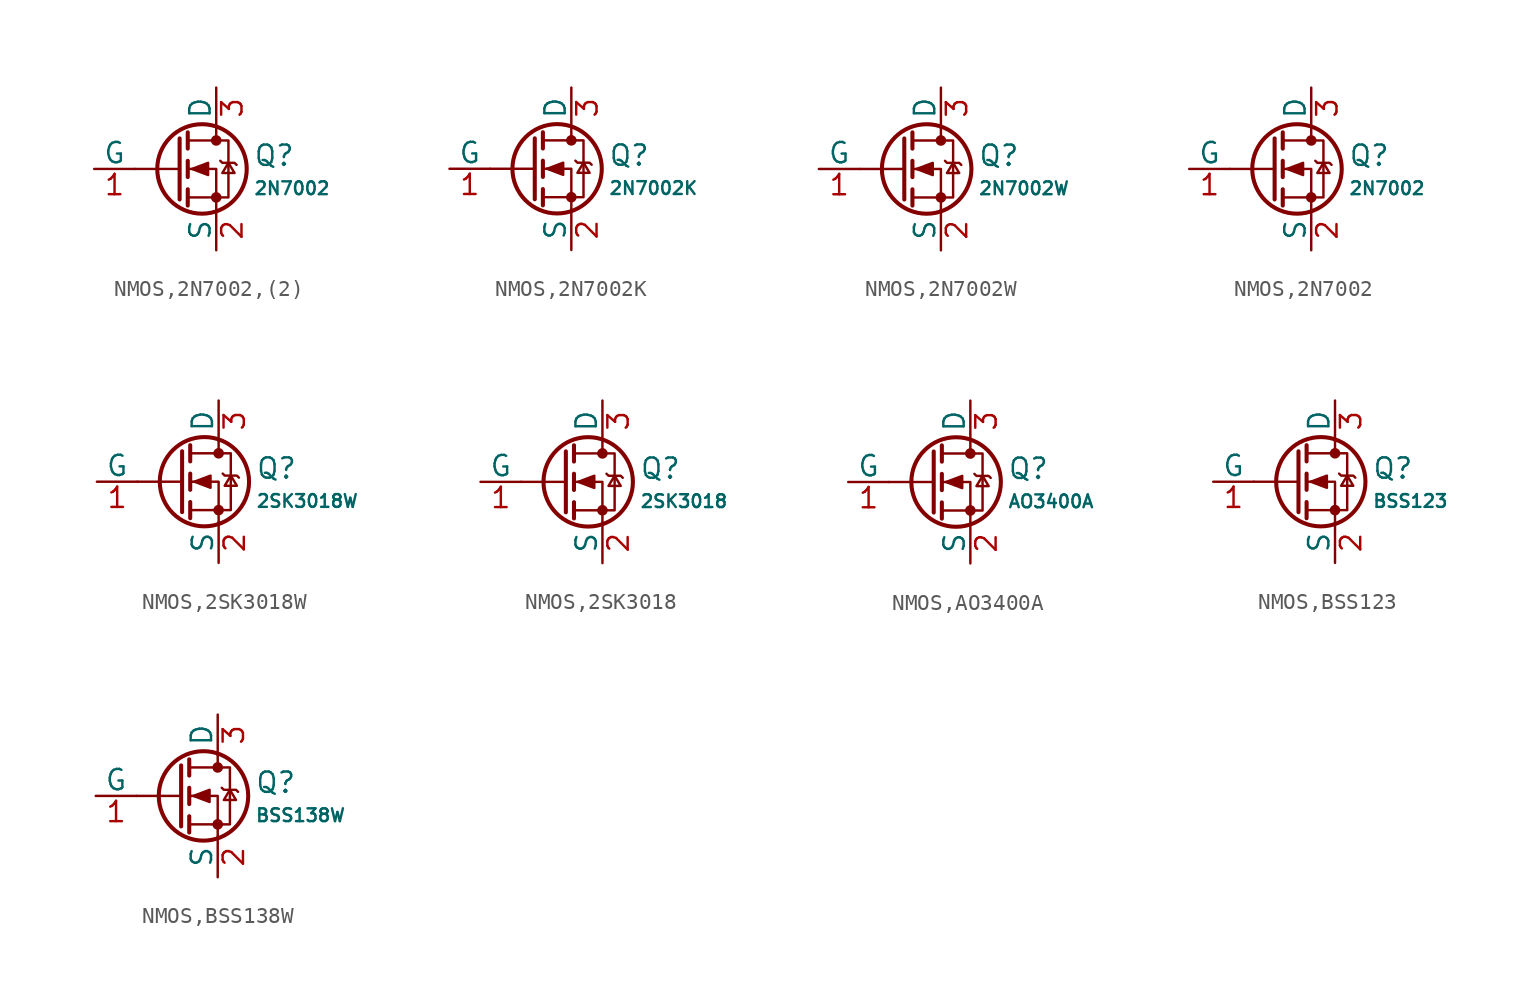
<source format=kicad_sym>
(kicad_symbol_lib
  (version 20231120)
  (generator "CDFER")
  (generator_version "8.0")
  (symbol "NMOS,2N7002,(2)"
    (pin_names
      (offset 0))
    (property "Reference" "Q"
      (at 4.851 0.834 0)
      (effects (font (size 1.27 1.27)) (justify left)))
    (property "Value" "2N7002"
      (at 4.851 -1.212 0)
      (effects (font (size 0.8 0.8)) (justify left)))
    (symbol "NMOS,2N7002,(2)_0_1"
      (polyline (pts (xy 0.254 0) (xy -2.54 0)) (stroke (width 0) (type default)) (fill (type none)))
      (polyline (pts (xy 0.254 1.905) (xy 0.254 -1.905)) (stroke (width 0.254) (type default)) (fill (type none)))
      (polyline (pts (xy 0.762 -1.27) (xy 0.762 -2.286)) (stroke (width 0.254) (type default)) (fill (type none)))
      (polyline (pts (xy 0.762 0.508) (xy 0.762 -0.508)) (stroke (width 0.254) (type default)) (fill (type none)))
      (polyline (pts (xy 0.762 2.286) (xy 0.762 1.27)) (stroke (width 0.254) (type default)) (fill (type none)))
      (polyline (pts (xy 2.54 2.54) (xy 2.54 1.778)) (stroke (width 0) (type default)) (fill (type none)))
      (polyline (pts (xy 2.54 -2.54) (xy 2.54 0) (xy 0.762 0)) (stroke (width 0) (type default)) (fill (type none)))
      (polyline (pts (xy 0.762 -1.778) (xy 3.302 -1.778) (xy 3.302 1.778) (xy 0.762 1.778)) (stroke (width 0) (type default)) (fill (type none)))
      (polyline (pts (xy 1.016 0) (xy 2.032 0.381) (xy 2.032 -0.381) (xy 1.016 0)) (stroke (width 0) (type default)) (fill (type outline)))
      (polyline (pts (xy 2.794 0.508) (xy 2.921 0.381) (xy 3.683 0.381) (xy 3.81 0.254)) (stroke (width 0) (type default)) (fill (type none)))
      (polyline (pts (xy 3.302 0.381) (xy 2.921 -0.254) (xy 3.683 -0.254) (xy 3.302 0.381)) (stroke (width 0) (type default)) (fill (type none)))
      (circle (center 1.651 0) (radius 2.794) (stroke (width 0.254) (type default)) (fill (type none)))
      (circle (center 2.54 -1.778) (radius 0.254) (stroke (width 0) (type default)) (fill (type outline)))
      (circle (center 2.54 1.778) (radius 0.254) (stroke (width 0) (type default)) (fill (type outline))))
    (symbol "NMOS,2N7002,(2)_1_1"
      (pin passive line (at 2.54 5.08 270) (length 2.54) (name "D" (effects (font (size 1.27 1.27)))) (number "3" (effects (font (size 1.27 1.27)))))
      (pin input line (at -5.08 0 0) (length 2.54) (name "G" (effects (font (size 1.27 1.27)))) (number "1" (effects (font (size 1.27 1.27)))))
      (pin passive line (at 2.54 -5.08 90) (length 2.54) (name "S" (effects (font (size 1.27 1.27)))) (number "2" (effects (font (size 1.27 1.27)))))))
  (symbol "NMOS,2N7002K"
    (pin_names
      (offset 0))
    (property "Reference" "Q"
      (at 4.851 0.834 0)
      (effects (font (size 1.27 1.27)) (justify left)))
    (property "Value" "2N7002K"
      (at 4.851 -1.212 0)
      (effects (font (size 0.8 0.8)) (justify left)))
    (symbol "NMOS,2N7002K_0_1"
      (polyline (pts (xy 0.254 0) (xy -2.54 0)) (stroke (width 0) (type default)) (fill (type none)))
      (polyline (pts (xy 0.254 1.905) (xy 0.254 -1.905)) (stroke (width 0.254) (type default)) (fill (type none)))
      (polyline (pts (xy 0.762 -1.27) (xy 0.762 -2.286)) (stroke (width 0.254) (type default)) (fill (type none)))
      (polyline (pts (xy 0.762 0.508) (xy 0.762 -0.508)) (stroke (width 0.254) (type default)) (fill (type none)))
      (polyline (pts (xy 0.762 2.286) (xy 0.762 1.27)) (stroke (width 0.254) (type default)) (fill (type none)))
      (polyline (pts (xy 2.54 2.54) (xy 2.54 1.778)) (stroke (width 0) (type default)) (fill (type none)))
      (polyline (pts (xy 2.54 -2.54) (xy 2.54 0) (xy 0.762 0)) (stroke (width 0) (type default)) (fill (type none)))
      (polyline (pts (xy 0.762 -1.778) (xy 3.302 -1.778) (xy 3.302 1.778) (xy 0.762 1.778)) (stroke (width 0) (type default)) (fill (type none)))
      (polyline (pts (xy 1.016 0) (xy 2.032 0.381) (xy 2.032 -0.381) (xy 1.016 0)) (stroke (width 0) (type default)) (fill (type outline)))
      (polyline (pts (xy 2.794 0.508) (xy 2.921 0.381) (xy 3.683 0.381) (xy 3.81 0.254)) (stroke (width 0) (type default)) (fill (type none)))
      (polyline (pts (xy 3.302 0.381) (xy 2.921 -0.254) (xy 3.683 -0.254) (xy 3.302 0.381)) (stroke (width 0) (type default)) (fill (type none)))
      (circle (center 1.651 0) (radius 2.794) (stroke (width 0.254) (type default)) (fill (type none)))
      (circle (center 2.54 -1.778) (radius 0.254) (stroke (width 0) (type default)) (fill (type outline)))
      (circle (center 2.54 1.778) (radius 0.254) (stroke (width 0) (type default)) (fill (type outline))))
    (symbol "NMOS,2N7002K_1_1"
      (pin passive line (at 2.54 5.08 270) (length 2.54) (name "D" (effects (font (size 1.27 1.27)))) (number "3" (effects (font (size 1.27 1.27)))))
      (pin input line (at -5.08 0 0) (length 2.54) (name "G" (effects (font (size 1.27 1.27)))) (number "1" (effects (font (size 1.27 1.27)))))
      (pin passive line (at 2.54 -5.08 90) (length 2.54) (name "S" (effects (font (size 1.27 1.27)))) (number "2" (effects (font (size 1.27 1.27)))))))
  (symbol "NMOS,2N7002W"
    (pin_names
      (offset 0))
    (property "Reference" "Q"
      (at 4.851 0.834 0)
      (effects (font (size 1.27 1.27)) (justify left)))
    (property "Value" "2N7002W"
      (at 4.851 -1.212 0)
      (effects (font (size 0.8 0.8)) (justify left)))
    (symbol "NMOS,2N7002W_0_1"
      (polyline (pts (xy 0.254 0) (xy -2.54 0)) (stroke (width 0) (type default)) (fill (type none)))
      (polyline (pts (xy 0.254 1.905) (xy 0.254 -1.905)) (stroke (width 0.254) (type default)) (fill (type none)))
      (polyline (pts (xy 0.762 -1.27) (xy 0.762 -2.286)) (stroke (width 0.254) (type default)) (fill (type none)))
      (polyline (pts (xy 0.762 0.508) (xy 0.762 -0.508)) (stroke (width 0.254) (type default)) (fill (type none)))
      (polyline (pts (xy 0.762 2.286) (xy 0.762 1.27)) (stroke (width 0.254) (type default)) (fill (type none)))
      (polyline (pts (xy 2.54 2.54) (xy 2.54 1.778)) (stroke (width 0) (type default)) (fill (type none)))
      (polyline (pts (xy 2.54 -2.54) (xy 2.54 0) (xy 0.762 0)) (stroke (width 0) (type default)) (fill (type none)))
      (polyline (pts (xy 0.762 -1.778) (xy 3.302 -1.778) (xy 3.302 1.778) (xy 0.762 1.778)) (stroke (width 0) (type default)) (fill (type none)))
      (polyline (pts (xy 1.016 0) (xy 2.032 0.381) (xy 2.032 -0.381) (xy 1.016 0)) (stroke (width 0) (type default)) (fill (type outline)))
      (polyline (pts (xy 2.794 0.508) (xy 2.921 0.381) (xy 3.683 0.381) (xy 3.81 0.254)) (stroke (width 0) (type default)) (fill (type none)))
      (polyline (pts (xy 3.302 0.381) (xy 2.921 -0.254) (xy 3.683 -0.254) (xy 3.302 0.381)) (stroke (width 0) (type default)) (fill (type none)))
      (circle (center 1.651 0) (radius 2.794) (stroke (width 0.254) (type default)) (fill (type none)))
      (circle (center 2.54 -1.778) (radius 0.254) (stroke (width 0) (type default)) (fill (type outline)))
      (circle (center 2.54 1.778) (radius 0.254) (stroke (width 0) (type default)) (fill (type outline))))
    (symbol "NMOS,2N7002W_1_1"
      (pin passive line (at 2.54 5.08 270) (length 2.54) (name "D" (effects (font (size 1.27 1.27)))) (number "3" (effects (font (size 1.27 1.27)))))
      (pin input line (at -5.08 0 0) (length 2.54) (name "G" (effects (font (size 1.27 1.27)))) (number "1" (effects (font (size 1.27 1.27)))))
      (pin passive line (at 2.54 -5.08 90) (length 2.54) (name "S" (effects (font (size 1.27 1.27)))) (number "2" (effects (font (size 1.27 1.27)))))))
  (symbol "NMOS,2N7002"
    (pin_names
      (offset 0))
    (property "Reference" "Q"
      (at 4.851 0.834 0)
      (effects (font (size 1.27 1.27)) (justify left)))
    (property "Value" "2N7002"
      (at 4.851 -1.212 0)
      (effects (font (size 0.8 0.8)) (justify left)))
    (symbol "NMOS,2N7002_0_1"
      (polyline (pts (xy 0.254 0) (xy -2.54 0)) (stroke (width 0) (type default)) (fill (type none)))
      (polyline (pts (xy 0.254 1.905) (xy 0.254 -1.905)) (stroke (width 0.254) (type default)) (fill (type none)))
      (polyline (pts (xy 0.762 -1.27) (xy 0.762 -2.286)) (stroke (width 0.254) (type default)) (fill (type none)))
      (polyline (pts (xy 0.762 0.508) (xy 0.762 -0.508)) (stroke (width 0.254) (type default)) (fill (type none)))
      (polyline (pts (xy 0.762 2.286) (xy 0.762 1.27)) (stroke (width 0.254) (type default)) (fill (type none)))
      (polyline (pts (xy 2.54 2.54) (xy 2.54 1.778)) (stroke (width 0) (type default)) (fill (type none)))
      (polyline (pts (xy 2.54 -2.54) (xy 2.54 0) (xy 0.762 0)) (stroke (width 0) (type default)) (fill (type none)))
      (polyline (pts (xy 0.762 -1.778) (xy 3.302 -1.778) (xy 3.302 1.778) (xy 0.762 1.778)) (stroke (width 0) (type default)) (fill (type none)))
      (polyline (pts (xy 1.016 0) (xy 2.032 0.381) (xy 2.032 -0.381) (xy 1.016 0)) (stroke (width 0) (type default)) (fill (type outline)))
      (polyline (pts (xy 2.794 0.508) (xy 2.921 0.381) (xy 3.683 0.381) (xy 3.81 0.254)) (stroke (width 0) (type default)) (fill (type none)))
      (polyline (pts (xy 3.302 0.381) (xy 2.921 -0.254) (xy 3.683 -0.254) (xy 3.302 0.381)) (stroke (width 0) (type default)) (fill (type none)))
      (circle (center 1.651 0) (radius 2.794) (stroke (width 0.254) (type default)) (fill (type none)))
      (circle (center 2.54 -1.778) (radius 0.254) (stroke (width 0) (type default)) (fill (type outline)))
      (circle (center 2.54 1.778) (radius 0.254) (stroke (width 0) (type default)) (fill (type outline))))
    (symbol "NMOS,2N7002_1_1"
      (pin passive line (at 2.54 5.08 270) (length 2.54) (name "D" (effects (font (size 1.27 1.27)))) (number "3" (effects (font (size 1.27 1.27)))))
      (pin input line (at -5.08 0 0) (length 2.54) (name "G" (effects (font (size 1.27 1.27)))) (number "1" (effects (font (size 1.27 1.27)))))
      (pin passive line (at 2.54 -5.08 90) (length 2.54) (name "S" (effects (font (size 1.27 1.27)))) (number "2" (effects (font (size 1.27 1.27)))))))
  (symbol "NMOS,2SK3018W"
    (pin_names
      (offset 0))
    (property "Reference" "Q"
      (at 4.851 0.834 0)
      (effects (font (size 1.27 1.27)) (justify left)))
    (property "Value" "2SK3018W"
      (at 4.851 -1.212 0)
      (effects (font (size 0.8 0.8)) (justify left)))
    (symbol "NMOS,2SK3018W_0_1"
      (polyline (pts (xy 0.254 0) (xy -2.54 0)) (stroke (width 0) (type default)) (fill (type none)))
      (polyline (pts (xy 0.254 1.905) (xy 0.254 -1.905)) (stroke (width 0.254) (type default)) (fill (type none)))
      (polyline (pts (xy 0.762 -1.27) (xy 0.762 -2.286)) (stroke (width 0.254) (type default)) (fill (type none)))
      (polyline (pts (xy 0.762 0.508) (xy 0.762 -0.508)) (stroke (width 0.254) (type default)) (fill (type none)))
      (polyline (pts (xy 0.762 2.286) (xy 0.762 1.27)) (stroke (width 0.254) (type default)) (fill (type none)))
      (polyline (pts (xy 2.54 2.54) (xy 2.54 1.778)) (stroke (width 0) (type default)) (fill (type none)))
      (polyline (pts (xy 2.54 -2.54) (xy 2.54 0) (xy 0.762 0)) (stroke (width 0) (type default)) (fill (type none)))
      (polyline (pts (xy 0.762 -1.778) (xy 3.302 -1.778) (xy 3.302 1.778) (xy 0.762 1.778)) (stroke (width 0) (type default)) (fill (type none)))
      (polyline (pts (xy 1.016 0) (xy 2.032 0.381) (xy 2.032 -0.381) (xy 1.016 0)) (stroke (width 0) (type default)) (fill (type outline)))
      (polyline (pts (xy 2.794 0.508) (xy 2.921 0.381) (xy 3.683 0.381) (xy 3.81 0.254)) (stroke (width 0) (type default)) (fill (type none)))
      (polyline (pts (xy 3.302 0.381) (xy 2.921 -0.254) (xy 3.683 -0.254) (xy 3.302 0.381)) (stroke (width 0) (type default)) (fill (type none)))
      (circle (center 1.651 0) (radius 2.794) (stroke (width 0.254) (type default)) (fill (type none)))
      (circle (center 2.54 -1.778) (radius 0.254) (stroke (width 0) (type default)) (fill (type outline)))
      (circle (center 2.54 1.778) (radius 0.254) (stroke (width 0) (type default)) (fill (type outline))))
    (symbol "NMOS,2SK3018W_1_1"
      (pin passive line (at 2.54 5.08 270) (length 2.54) (name "D" (effects (font (size 1.27 1.27)))) (number "3" (effects (font (size 1.27 1.27)))))
      (pin input line (at -5.08 0 0) (length 2.54) (name "G" (effects (font (size 1.27 1.27)))) (number "1" (effects (font (size 1.27 1.27)))))
      (pin passive line (at 2.54 -5.08 90) (length 2.54) (name "S" (effects (font (size 1.27 1.27)))) (number "2" (effects (font (size 1.27 1.27)))))))
  (symbol "NMOS,2SK3018"
    (pin_names
      (offset 0))
    (property "Reference" "Q"
      (at 4.851 0.834 0)
      (effects (font (size 1.27 1.27)) (justify left)))
    (property "Value" "2SK3018"
      (at 4.851 -1.212 0)
      (effects (font (size 0.8 0.8)) (justify left)))
    (symbol "NMOS,2SK3018_0_1"
      (polyline (pts (xy 0.254 0) (xy -2.54 0)) (stroke (width 0) (type default)) (fill (type none)))
      (polyline (pts (xy 0.254 1.905) (xy 0.254 -1.905)) (stroke (width 0.254) (type default)) (fill (type none)))
      (polyline (pts (xy 0.762 -1.27) (xy 0.762 -2.286)) (stroke (width 0.254) (type default)) (fill (type none)))
      (polyline (pts (xy 0.762 0.508) (xy 0.762 -0.508)) (stroke (width 0.254) (type default)) (fill (type none)))
      (polyline (pts (xy 0.762 2.286) (xy 0.762 1.27)) (stroke (width 0.254) (type default)) (fill (type none)))
      (polyline (pts (xy 2.54 2.54) (xy 2.54 1.778)) (stroke (width 0) (type default)) (fill (type none)))
      (polyline (pts (xy 2.54 -2.54) (xy 2.54 0) (xy 0.762 0)) (stroke (width 0) (type default)) (fill (type none)))
      (polyline (pts (xy 0.762 -1.778) (xy 3.302 -1.778) (xy 3.302 1.778) (xy 0.762 1.778)) (stroke (width 0) (type default)) (fill (type none)))
      (polyline (pts (xy 1.016 0) (xy 2.032 0.381) (xy 2.032 -0.381) (xy 1.016 0)) (stroke (width 0) (type default)) (fill (type outline)))
      (polyline (pts (xy 2.794 0.508) (xy 2.921 0.381) (xy 3.683 0.381) (xy 3.81 0.254)) (stroke (width 0) (type default)) (fill (type none)))
      (polyline (pts (xy 3.302 0.381) (xy 2.921 -0.254) (xy 3.683 -0.254) (xy 3.302 0.381)) (stroke (width 0) (type default)) (fill (type none)))
      (circle (center 1.651 0) (radius 2.794) (stroke (width 0.254) (type default)) (fill (type none)))
      (circle (center 2.54 -1.778) (radius 0.254) (stroke (width 0) (type default)) (fill (type outline)))
      (circle (center 2.54 1.778) (radius 0.254) (stroke (width 0) (type default)) (fill (type outline))))
    (symbol "NMOS,2SK3018_1_1"
      (pin passive line (at 2.54 5.08 270) (length 2.54) (name "D" (effects (font (size 1.27 1.27)))) (number "3" (effects (font (size 1.27 1.27)))))
      (pin input line (at -5.08 0 0) (length 2.54) (name "G" (effects (font (size 1.27 1.27)))) (number "1" (effects (font (size 1.27 1.27)))))
      (pin passive line (at 2.54 -5.08 90) (length 2.54) (name "S" (effects (font (size 1.27 1.27)))) (number "2" (effects (font (size 1.27 1.27)))))))
  (symbol "NMOS,AO3400A"
    (pin_names
      (offset 0))
    (property "Reference" "Q"
      (at 4.851 0.834 0)
      (effects (font (size 1.27 1.27)) (justify left)))
    (property "Value" "AO3400A"
      (at 4.851 -1.212 0)
      (effects (font (size 0.8 0.8)) (justify left)))
    (symbol "NMOS,AO3400A_0_1"
      (polyline (pts (xy 0.254 0) (xy -2.54 0)) (stroke (width 0) (type default)) (fill (type none)))
      (polyline (pts (xy 0.254 1.905) (xy 0.254 -1.905)) (stroke (width 0.254) (type default)) (fill (type none)))
      (polyline (pts (xy 0.762 -1.27) (xy 0.762 -2.286)) (stroke (width 0.254) (type default)) (fill (type none)))
      (polyline (pts (xy 0.762 0.508) (xy 0.762 -0.508)) (stroke (width 0.254) (type default)) (fill (type none)))
      (polyline (pts (xy 0.762 2.286) (xy 0.762 1.27)) (stroke (width 0.254) (type default)) (fill (type none)))
      (polyline (pts (xy 2.54 2.54) (xy 2.54 1.778)) (stroke (width 0) (type default)) (fill (type none)))
      (polyline (pts (xy 2.54 -2.54) (xy 2.54 0) (xy 0.762 0)) (stroke (width 0) (type default)) (fill (type none)))
      (polyline (pts (xy 0.762 -1.778) (xy 3.302 -1.778) (xy 3.302 1.778) (xy 0.762 1.778)) (stroke (width 0) (type default)) (fill (type none)))
      (polyline (pts (xy 1.016 0) (xy 2.032 0.381) (xy 2.032 -0.381) (xy 1.016 0)) (stroke (width 0) (type default)) (fill (type outline)))
      (polyline (pts (xy 2.794 0.508) (xy 2.921 0.381) (xy 3.683 0.381) (xy 3.81 0.254)) (stroke (width 0) (type default)) (fill (type none)))
      (polyline (pts (xy 3.302 0.381) (xy 2.921 -0.254) (xy 3.683 -0.254) (xy 3.302 0.381)) (stroke (width 0) (type default)) (fill (type none)))
      (circle (center 1.651 0) (radius 2.794) (stroke (width 0.254) (type default)) (fill (type none)))
      (circle (center 2.54 -1.778) (radius 0.254) (stroke (width 0) (type default)) (fill (type outline)))
      (circle (center 2.54 1.778) (radius 0.254) (stroke (width 0) (type default)) (fill (type outline))))
    (symbol "NMOS,AO3400A_1_1"
      (pin passive line (at 2.54 5.08 270) (length 2.54) (name "D" (effects (font (size 1.27 1.27)))) (number "3" (effects (font (size 1.27 1.27)))))
      (pin input line (at -5.08 0 0) (length 2.54) (name "G" (effects (font (size 1.27 1.27)))) (number "1" (effects (font (size 1.27 1.27)))))
      (pin passive line (at 2.54 -5.08 90) (length 2.54) (name "S" (effects (font (size 1.27 1.27)))) (number "2" (effects (font (size 1.27 1.27)))))))
  (symbol "NMOS,BSS123"
    (pin_names
      (offset 0))
    (property "Reference" "Q"
      (at 4.851 0.834 0)
      (effects (font (size 1.27 1.27)) (justify left)))
    (property "Value" "BSS123"
      (at 4.851 -1.212 0)
      (effects (font (size 0.8 0.8)) (justify left)))
    (symbol "NMOS,BSS123_0_1"
      (polyline (pts (xy 0.254 0) (xy -2.54 0)) (stroke (width 0) (type default)) (fill (type none)))
      (polyline (pts (xy 0.254 1.905) (xy 0.254 -1.905)) (stroke (width 0.254) (type default)) (fill (type none)))
      (polyline (pts (xy 0.762 -1.27) (xy 0.762 -2.286)) (stroke (width 0.254) (type default)) (fill (type none)))
      (polyline (pts (xy 0.762 0.508) (xy 0.762 -0.508)) (stroke (width 0.254) (type default)) (fill (type none)))
      (polyline (pts (xy 0.762 2.286) (xy 0.762 1.27)) (stroke (width 0.254) (type default)) (fill (type none)))
      (polyline (pts (xy 2.54 2.54) (xy 2.54 1.778)) (stroke (width 0) (type default)) (fill (type none)))
      (polyline (pts (xy 2.54 -2.54) (xy 2.54 0) (xy 0.762 0)) (stroke (width 0) (type default)) (fill (type none)))
      (polyline (pts (xy 0.762 -1.778) (xy 3.302 -1.778) (xy 3.302 1.778) (xy 0.762 1.778)) (stroke (width 0) (type default)) (fill (type none)))
      (polyline (pts (xy 1.016 0) (xy 2.032 0.381) (xy 2.032 -0.381) (xy 1.016 0)) (stroke (width 0) (type default)) (fill (type outline)))
      (polyline (pts (xy 2.794 0.508) (xy 2.921 0.381) (xy 3.683 0.381) (xy 3.81 0.254)) (stroke (width 0) (type default)) (fill (type none)))
      (polyline (pts (xy 3.302 0.381) (xy 2.921 -0.254) (xy 3.683 -0.254) (xy 3.302 0.381)) (stroke (width 0) (type default)) (fill (type none)))
      (circle (center 1.651 0) (radius 2.794) (stroke (width 0.254) (type default)) (fill (type none)))
      (circle (center 2.54 -1.778) (radius 0.254) (stroke (width 0) (type default)) (fill (type outline)))
      (circle (center 2.54 1.778) (radius 0.254) (stroke (width 0) (type default)) (fill (type outline))))
    (symbol "NMOS,BSS123_1_1"
      (pin passive line (at 2.54 5.08 270) (length 2.54) (name "D" (effects (font (size 1.27 1.27)))) (number "3" (effects (font (size 1.27 1.27)))))
      (pin input line (at -5.08 0 0) (length 2.54) (name "G" (effects (font (size 1.27 1.27)))) (number "1" (effects (font (size 1.27 1.27)))))
      (pin passive line (at 2.54 -5.08 90) (length 2.54) (name "S" (effects (font (size 1.27 1.27)))) (number "2" (effects (font (size 1.27 1.27)))))))
  (symbol "NMOS,BSS138W"
    (pin_names
      (offset 0))
    (property "Reference" "Q"
      (at 4.851 0.834 0)
      (effects (font (size 1.27 1.27)) (justify left)))
    (property "Value" "BSS138W"
      (at 4.851 -1.212 0)
      (effects (font (size 0.8 0.8)) (justify left)))
    (symbol "NMOS,BSS138W_0_1"
      (polyline (pts (xy 0.254 0) (xy -2.54 0)) (stroke (width 0) (type default)) (fill (type none)))
      (polyline (pts (xy 0.254 1.905) (xy 0.254 -1.905)) (stroke (width 0.254) (type default)) (fill (type none)))
      (polyline (pts (xy 0.762 -1.27) (xy 0.762 -2.286)) (stroke (width 0.254) (type default)) (fill (type none)))
      (polyline (pts (xy 0.762 0.508) (xy 0.762 -0.508)) (stroke (width 0.254) (type default)) (fill (type none)))
      (polyline (pts (xy 0.762 2.286) (xy 0.762 1.27)) (stroke (width 0.254) (type default)) (fill (type none)))
      (polyline (pts (xy 2.54 2.54) (xy 2.54 1.778)) (stroke (width 0) (type default)) (fill (type none)))
      (polyline (pts (xy 2.54 -2.54) (xy 2.54 0) (xy 0.762 0)) (stroke (width 0) (type default)) (fill (type none)))
      (polyline (pts (xy 0.762 -1.778) (xy 3.302 -1.778) (xy 3.302 1.778) (xy 0.762 1.778)) (stroke (width 0) (type default)) (fill (type none)))
      (polyline (pts (xy 1.016 0) (xy 2.032 0.381) (xy 2.032 -0.381) (xy 1.016 0)) (stroke (width 0) (type default)) (fill (type outline)))
      (polyline (pts (xy 2.794 0.508) (xy 2.921 0.381) (xy 3.683 0.381) (xy 3.81 0.254)) (stroke (width 0) (type default)) (fill (type none)))
      (polyline (pts (xy 3.302 0.381) (xy 2.921 -0.254) (xy 3.683 -0.254) (xy 3.302 0.381)) (stroke (width 0) (type default)) (fill (type none)))
      (circle (center 1.651 0) (radius 2.794) (stroke (width 0.254) (type default)) (fill (type none)))
      (circle (center 2.54 -1.778) (radius 0.254) (stroke (width 0) (type default)) (fill (type outline)))
      (circle (center 2.54 1.778) (radius 0.254) (stroke (width 0) (type default)) (fill (type outline))))
    (symbol "NMOS,BSS138W_1_1"
      (pin passive line (at 2.54 5.08 270) (length 2.54) (name "D" (effects (font (size 1.27 1.27)))) (number "3" (effects (font (size 1.27 1.27)))))
      (pin input line (at -5.08 0 0) (length 2.54) (name "G" (effects (font (size 1.27 1.27)))) (number "1" (effects (font (size 1.27 1.27)))))
      (pin passive line (at 2.54 -5.08 90) (length 2.54) (name "S" (effects (font (size 1.27 1.27)))) (number "2" (effects (font (size 1.27 1.27))))))))
</source>
